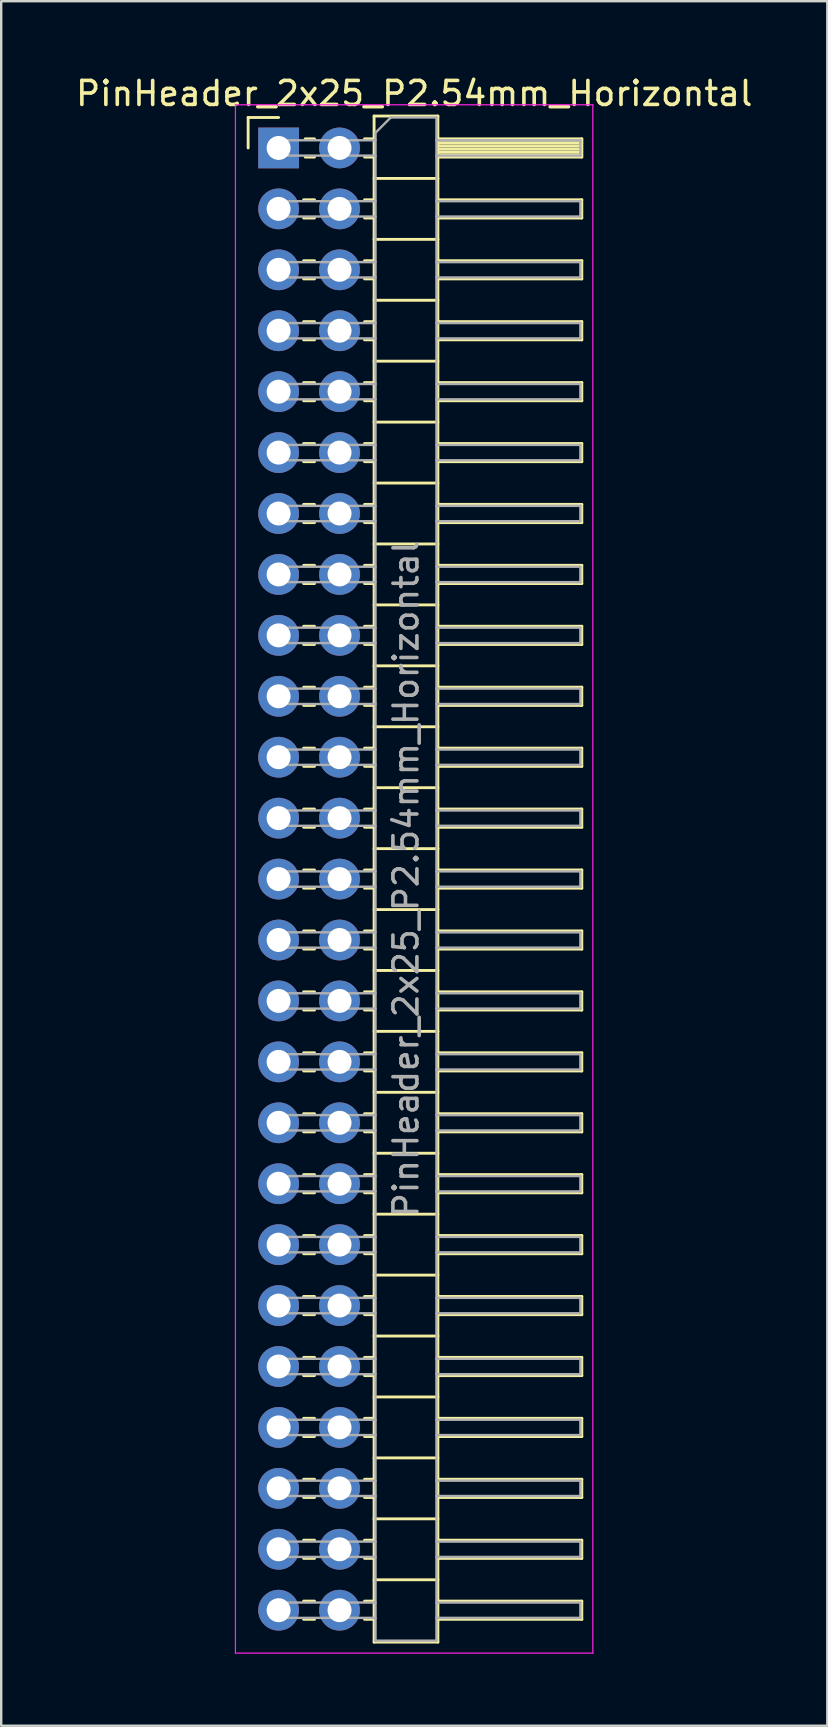
<source format=kicad_pcb>
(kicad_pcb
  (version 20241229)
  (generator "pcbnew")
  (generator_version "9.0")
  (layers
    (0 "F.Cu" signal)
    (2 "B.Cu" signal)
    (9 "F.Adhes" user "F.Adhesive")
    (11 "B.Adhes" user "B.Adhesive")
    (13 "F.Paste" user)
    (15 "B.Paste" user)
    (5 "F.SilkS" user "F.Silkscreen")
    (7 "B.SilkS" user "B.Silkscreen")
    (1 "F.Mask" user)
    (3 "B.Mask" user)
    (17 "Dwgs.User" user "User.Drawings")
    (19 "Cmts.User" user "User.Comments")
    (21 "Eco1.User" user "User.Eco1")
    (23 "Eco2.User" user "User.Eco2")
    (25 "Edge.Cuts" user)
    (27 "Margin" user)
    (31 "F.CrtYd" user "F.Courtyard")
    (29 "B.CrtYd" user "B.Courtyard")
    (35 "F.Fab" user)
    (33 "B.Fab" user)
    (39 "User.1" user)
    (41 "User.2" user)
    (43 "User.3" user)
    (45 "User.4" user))
  (footprint "PinHeader_2x25_P2.54mm_Horizontal"
    (layer "F.Cu")
    (at 8.565 3.118)
    (property "Reference" "PinHeader_2x25_P2.54mm_Horizontal" (at 5.655 -2.27 0) (layer "F.SilkS") (effects (font (size 1 1) (thickness 0.15))))
    (attr through_hole)
    (fp_line (start -1.27 -1.27) (end 0 -1.27) (stroke (width 0.12) (type solid)) (layer "F.SilkS"))
    (fp_line (start -1.27 0) (end -1.27 -1.27) (stroke (width 0.12) (type solid)) (layer "F.SilkS"))
    (fp_line (start 1.043 2.16) (end 1.497 2.16) (stroke (width 0.12) (type solid)) (layer "F.SilkS"))
    (fp_line (start 1.043 2.92) (end 1.497 2.92) (stroke (width 0.12) (type solid)) (layer "F.SilkS"))
    (fp_line (start 1.043 4.7) (end 1.497 4.7) (stroke (width 0.12) (type solid)) (layer "F.SilkS"))
    (fp_line (start 1.043 5.46) (end 1.497 5.46) (stroke (width 0.12) (type solid)) (layer "F.SilkS"))
    (fp_line (start 1.043 7.24) (end 1.497 7.24) (stroke (width 0.12) (type solid)) (layer "F.SilkS"))
    (fp_line (start 1.043 8) (end 1.497 8) (stroke (width 0.12) (type solid)) (layer "F.SilkS"))
    (fp_line (start 1.043 9.78) (end 1.497 9.78) (stroke (width 0.12) (type solid)) (layer "F.SilkS"))
    (fp_line (start 1.043 10.54) (end 1.497 10.54) (stroke (width 0.12) (type solid)) (layer "F.SilkS"))
    (fp_line (start 1.043 12.32) (end 1.497 12.32) (stroke (width 0.12) (type solid)) (layer "F.SilkS"))
    (fp_line (start 1.043 13.08) (end 1.497 13.08) (stroke (width 0.12) (type solid)) (layer "F.SilkS"))
    (fp_line (start 1.043 14.86) (end 1.497 14.86) (stroke (width 0.12) (type solid)) (layer "F.SilkS"))
    (fp_line (start 1.043 15.62) (end 1.497 15.62) (stroke (width 0.12) (type solid)) (layer "F.SilkS"))
    (fp_line (start 1.043 17.4) (end 1.497 17.4) (stroke (width 0.12) (type solid)) (layer "F.SilkS"))
    (fp_line (start 1.043 18.16) (end 1.497 18.16) (stroke (width 0.12) (type solid)) (layer "F.SilkS"))
    (fp_line (start 1.043 19.94) (end 1.497 19.94) (stroke (width 0.12) (type solid)) (layer "F.SilkS"))
    (fp_line (start 1.043 20.7) (end 1.497 20.7) (stroke (width 0.12) (type solid)) (layer "F.SilkS"))
    (fp_line (start 1.043 22.48) (end 1.497 22.48) (stroke (width 0.12) (type solid)) (layer "F.SilkS"))
    (fp_line (start 1.043 23.24) (end 1.497 23.24) (stroke (width 0.12) (type solid)) (layer "F.SilkS"))
    (fp_line (start 1.043 25.02) (end 1.497 25.02) (stroke (width 0.12) (type solid)) (layer "F.SilkS"))
    (fp_line (start 1.043 25.78) (end 1.497 25.78) (stroke (width 0.12) (type solid)) (layer "F.SilkS"))
    (fp_line (start 1.043 27.56) (end 1.497 27.56) (stroke (width 0.12) (type solid)) (layer "F.SilkS"))
    (fp_line (start 1.043 28.32) (end 1.497 28.32) (stroke (width 0.12) (type solid)) (layer "F.SilkS"))
    (fp_line (start 1.043 30.1) (end 1.497 30.1) (stroke (width 0.12) (type solid)) (layer "F.SilkS"))
    (fp_line (start 1.043 30.86) (end 1.497 30.86) (stroke (width 0.12) (type solid)) (layer "F.SilkS"))
    (fp_line (start 1.043 32.64) (end 1.497 32.64) (stroke (width 0.12) (type solid)) (layer "F.SilkS"))
    (fp_line (start 1.043 33.4) (end 1.497 33.4) (stroke (width 0.12) (type solid)) (layer "F.SilkS"))
    (fp_line (start 1.043 35.18) (end 1.497 35.18) (stroke (width 0.12) (type solid)) (layer "F.SilkS"))
    (fp_line (start 1.043 35.94) (end 1.497 35.94) (stroke (width 0.12) (type solid)) (layer "F.SilkS"))
    (fp_line (start 1.043 37.72) (end 1.497 37.72) (stroke (width 0.12) (type solid)) (layer "F.SilkS"))
    (fp_line (start 1.043 38.48) (end 1.497 38.48) (stroke (width 0.12) (type solid)) (layer "F.SilkS"))
    (fp_line (start 1.043 40.26) (end 1.497 40.26) (stroke (width 0.12) (type solid)) (layer "F.SilkS"))
    (fp_line (start 1.043 41.02) (end 1.497 41.02) (stroke (width 0.12) (type solid)) (layer "F.SilkS"))
    (fp_line (start 1.043 42.8) (end 1.497 42.8) (stroke (width 0.12) (type solid)) (layer "F.SilkS"))
    (fp_line (start 1.043 43.56) (end 1.497 43.56) (stroke (width 0.12) (type solid)) (layer "F.SilkS"))
    (fp_line (start 1.043 45.34) (end 1.497 45.34) (stroke (width 0.12) (type solid)) (layer "F.SilkS"))
    (fp_line (start 1.043 46.1) (end 1.497 46.1) (stroke (width 0.12) (type solid)) (layer "F.SilkS"))
    (fp_line (start 1.043 47.88) (end 1.497 47.88) (stroke (width 0.12) (type solid)) (layer "F.SilkS"))
    (fp_line (start 1.043 48.64) (end 1.497 48.64) (stroke (width 0.12) (type solid)) (layer "F.SilkS"))
    (fp_line (start 1.043 50.42) (end 1.497 50.42) (stroke (width 0.12) (type solid)) (layer "F.SilkS"))
    (fp_line (start 1.043 51.18) (end 1.497 51.18) (stroke (width 0.12) (type solid)) (layer "F.SilkS"))
    (fp_line (start 1.043 52.96) (end 1.497 52.96) (stroke (width 0.12) (type solid)) (layer "F.SilkS"))
    (fp_line (start 1.043 53.72) (end 1.497 53.72) (stroke (width 0.12) (type solid)) (layer "F.SilkS"))
    (fp_line (start 1.043 55.5) (end 1.497 55.5) (stroke (width 0.12) (type solid)) (layer "F.SilkS"))
    (fp_line (start 1.043 56.26) (end 1.497 56.26) (stroke (width 0.12) (type solid)) (layer "F.SilkS"))
    (fp_line (start 1.043 58.04) (end 1.497 58.04) (stroke (width 0.12) (type solid)) (layer "F.SilkS"))
    (fp_line (start 1.043 58.8) (end 1.497 58.8) (stroke (width 0.12) (type solid)) (layer "F.SilkS"))
    (fp_line (start 1.043 60.58) (end 1.497 60.58) (stroke (width 0.12) (type solid)) (layer "F.SilkS"))
    (fp_line (start 1.043 61.34) (end 1.497 61.34) (stroke (width 0.12) (type solid)) (layer "F.SilkS"))
    (fp_line (start 1.11 -0.38) (end 1.497 -0.38) (stroke (width 0.12) (type solid)) (layer "F.SilkS"))
    (fp_line (start 1.11 0.38) (end 1.497 0.38) (stroke (width 0.12) (type solid)) (layer "F.SilkS"))
    (fp_line (start 3.583 -0.38) (end 3.98 -0.38) (stroke (width 0.12) (type solid)) (layer "F.SilkS"))
    (fp_line (start 3.583 0.38) (end 3.98 0.38) (stroke (width 0.12) (type solid)) (layer "F.SilkS"))
    (fp_line (start 3.583 2.16) (end 3.98 2.16) (stroke (width 0.12) (type solid)) (layer "F.SilkS"))
    (fp_line (start 3.583 2.92) (end 3.98 2.92) (stroke (width 0.12) (type solid)) (layer "F.SilkS"))
    (fp_line (start 3.583 4.7) (end 3.98 4.7) (stroke (width 0.12) (type solid)) (layer "F.SilkS"))
    (fp_line (start 3.583 5.46) (end 3.98 5.46) (stroke (width 0.12) (type solid)) (layer "F.SilkS"))
    (fp_line (start 3.583 7.24) (end 3.98 7.24) (stroke (width 0.12) (type solid)) (layer "F.SilkS"))
    (fp_line (start 3.583 8) (end 3.98 8) (stroke (width 0.12) (type solid)) (layer "F.SilkS"))
    (fp_line (start 3.583 9.78) (end 3.98 9.78) (stroke (width 0.12) (type solid)) (layer "F.SilkS"))
    (fp_line (start 3.583 10.54) (end 3.98 10.54) (stroke (width 0.12) (type solid)) (layer "F.SilkS"))
    (fp_line (start 3.583 12.32) (end 3.98 12.32) (stroke (width 0.12) (type solid)) (layer "F.SilkS"))
    (fp_line (start 3.583 13.08) (end 3.98 13.08) (stroke (width 0.12) (type solid)) (layer "F.SilkS"))
    (fp_line (start 3.583 14.86) (end 3.98 14.86) (stroke (width 0.12) (type solid)) (layer "F.SilkS"))
    (fp_line (start 3.583 15.62) (end 3.98 15.62) (stroke (width 0.12) (type solid)) (layer "F.SilkS"))
    (fp_line (start 3.583 17.4) (end 3.98 17.4) (stroke (width 0.12) (type solid)) (layer "F.SilkS"))
    (fp_line (start 3.583 18.16) (end 3.98 18.16) (stroke (width 0.12) (type solid)) (layer "F.SilkS"))
    (fp_line (start 3.583 19.94) (end 3.98 19.94) (stroke (width 0.12) (type solid)) (layer "F.SilkS"))
    (fp_line (start 3.583 20.7) (end 3.98 20.7) (stroke (width 0.12) (type solid)) (layer "F.SilkS"))
    (fp_line (start 3.583 22.48) (end 3.98 22.48) (stroke (width 0.12) (type solid)) (layer "F.SilkS"))
    (fp_line (start 3.583 23.24) (end 3.98 23.24) (stroke (width 0.12) (type solid)) (layer "F.SilkS"))
    (fp_line (start 3.583 25.02) (end 3.98 25.02) (stroke (width 0.12) (type solid)) (layer "F.SilkS"))
    (fp_line (start 3.583 25.78) (end 3.98 25.78) (stroke (width 0.12) (type solid)) (layer "F.SilkS"))
    (fp_line (start 3.583 27.56) (end 3.98 27.56) (stroke (width 0.12) (type solid)) (layer "F.SilkS"))
    (fp_line (start 3.583 28.32) (end 3.98 28.32) (stroke (width 0.12) (type solid)) (layer "F.SilkS"))
    (fp_line (start 3.583 30.1) (end 3.98 30.1) (stroke (width 0.12) (type solid)) (layer "F.SilkS"))
    (fp_line (start 3.583 30.86) (end 3.98 30.86) (stroke (width 0.12) (type solid)) (layer "F.SilkS"))
    (fp_line (start 3.583 32.64) (end 3.98 32.64) (stroke (width 0.12) (type solid)) (layer "F.SilkS"))
    (fp_line (start 3.583 33.4) (end 3.98 33.4) (stroke (width 0.12) (type solid)) (layer "F.SilkS"))
    (fp_line (start 3.583 35.18) (end 3.98 35.18) (stroke (width 0.12) (type solid)) (layer "F.SilkS"))
    (fp_line (start 3.583 35.94) (end 3.98 35.94) (stroke (width 0.12) (type solid)) (layer "F.SilkS"))
    (fp_line (start 3.583 37.72) (end 3.98 37.72) (stroke (width 0.12) (type solid)) (layer "F.SilkS"))
    (fp_line (start 3.583 38.48) (end 3.98 38.48) (stroke (width 0.12) (type solid)) (layer "F.SilkS"))
    (fp_line (start 3.583 40.26) (end 3.98 40.26) (stroke (width 0.12) (type solid)) (layer "F.SilkS"))
    (fp_line (start 3.583 41.02) (end 3.98 41.02) (stroke (width 0.12) (type solid)) (layer "F.SilkS"))
    (fp_line (start 3.583 42.8) (end 3.98 42.8) (stroke (width 0.12) (type solid)) (layer "F.SilkS"))
    (fp_line (start 3.583 43.56) (end 3.98 43.56) (stroke (width 0.12) (type solid)) (layer "F.SilkS"))
    (fp_line (start 3.583 45.34) (end 3.98 45.34) (stroke (width 0.12) (type solid)) (layer "F.SilkS"))
    (fp_line (start 3.583 46.1) (end 3.98 46.1) (stroke (width 0.12) (type solid)) (layer "F.SilkS"))
    (fp_line (start 3.583 47.88) (end 3.98 47.88) (stroke (width 0.12) (type solid)) (layer "F.SilkS"))
    (fp_line (start 3.583 48.64) (end 3.98 48.64) (stroke (width 0.12) (type solid)) (layer "F.SilkS"))
    (fp_line (start 3.583 50.42) (end 3.98 50.42) (stroke (width 0.12) (type solid)) (layer "F.SilkS"))
    (fp_line (start 3.583 51.18) (end 3.98 51.18) (stroke (width 0.12) (type solid)) (layer "F.SilkS"))
    (fp_line (start 3.583 52.96) (end 3.98 52.96) (stroke (width 0.12) (type solid)) (layer "F.SilkS"))
    (fp_line (start 3.583 53.72) (end 3.98 53.72) (stroke (width 0.12) (type solid)) (layer "F.SilkS"))
    (fp_line (start 3.583 55.5) (end 3.98 55.5) (stroke (width 0.12) (type solid)) (layer "F.SilkS"))
    (fp_line (start 3.583 56.26) (end 3.98 56.26) (stroke (width 0.12) (type solid)) (layer "F.SilkS"))
    (fp_line (start 3.583 58.04) (end 3.98 58.04) (stroke (width 0.12) (type solid)) (layer "F.SilkS"))
    (fp_line (start 3.583 58.8) (end 3.98 58.8) (stroke (width 0.12) (type solid)) (layer "F.SilkS"))
    (fp_line (start 3.583 60.58) (end 3.98 60.58) (stroke (width 0.12) (type solid)) (layer "F.SilkS"))
    (fp_line (start 3.583 61.34) (end 3.98 61.34) (stroke (width 0.12) (type solid)) (layer "F.SilkS"))
    (fp_line (start 3.98 -1.33) (end 3.98 62.29) (stroke (width 0.12) (type solid)) (layer "F.SilkS"))
    (fp_line (start 3.98 1.27) (end 6.64 1.27) (stroke (width 0.12) (type solid)) (layer "F.SilkS"))
    (fp_line (start 3.98 3.81) (end 6.64 3.81) (stroke (width 0.12) (type solid)) (layer "F.SilkS"))
    (fp_line (start 3.98 6.35) (end 6.64 6.35) (stroke (width 0.12) (type solid)) (layer "F.SilkS"))
    (fp_line (start 3.98 8.89) (end 6.64 8.89) (stroke (width 0.12) (type solid)) (layer "F.SilkS"))
    (fp_line (start 3.98 11.43) (end 6.64 11.43) (stroke (width 0.12) (type solid)) (layer "F.SilkS"))
    (fp_line (start 3.98 13.97) (end 6.64 13.97) (stroke (width 0.12) (type solid)) (layer "F.SilkS"))
    (fp_line (start 3.98 16.51) (end 6.64 16.51) (stroke (width 0.12) (type solid)) (layer "F.SilkS"))
    (fp_line (start 3.98 19.05) (end 6.64 19.05) (stroke (width 0.12) (type solid)) (layer "F.SilkS"))
    (fp_line (start 3.98 21.59) (end 6.64 21.59) (stroke (width 0.12) (type solid)) (layer "F.SilkS"))
    (fp_line (start 3.98 24.13) (end 6.64 24.13) (stroke (width 0.12) (type solid)) (layer "F.SilkS"))
    (fp_line (start 3.98 26.67) (end 6.64 26.67) (stroke (width 0.12) (type solid)) (layer "F.SilkS"))
    (fp_line (start 3.98 29.21) (end 6.64 29.21) (stroke (width 0.12) (type solid)) (layer "F.SilkS"))
    (fp_line (start 3.98 31.75) (end 6.64 31.75) (stroke (width 0.12) (type solid)) (layer "F.SilkS"))
    (fp_line (start 3.98 34.29) (end 6.64 34.29) (stroke (width 0.12) (type solid)) (layer "F.SilkS"))
    (fp_line (start 3.98 36.83) (end 6.64 36.83) (stroke (width 0.12) (type solid)) (layer "F.SilkS"))
    (fp_line (start 3.98 39.37) (end 6.64 39.37) (stroke (width 0.12) (type solid)) (layer "F.SilkS"))
    (fp_line (start 3.98 41.91) (end 6.64 41.91) (stroke (width 0.12) (type solid)) (layer "F.SilkS"))
    (fp_line (start 3.98 44.45) (end 6.64 44.45) (stroke (width 0.12) (type solid)) (layer "F.SilkS"))
    (fp_line (start 3.98 46.99) (end 6.64 46.99) (stroke (width 0.12) (type solid)) (layer "F.SilkS"))
    (fp_line (start 3.98 49.53) (end 6.64 49.53) (stroke (width 0.12) (type solid)) (layer "F.SilkS"))
    (fp_line (start 3.98 52.07) (end 6.64 52.07) (stroke (width 0.12) (type solid)) (layer "F.SilkS"))
    (fp_line (start 3.98 54.61) (end 6.64 54.61) (stroke (width 0.12) (type solid)) (layer "F.SilkS"))
    (fp_line (start 3.98 57.15) (end 6.64 57.15) (stroke (width 0.12) (type solid)) (layer "F.SilkS"))
    (fp_line (start 3.98 59.69) (end 6.64 59.69) (stroke (width 0.12) (type solid)) (layer "F.SilkS"))
    (fp_line (start 3.98 62.29) (end 6.64 62.29) (stroke (width 0.12) (type solid)) (layer "F.SilkS"))
    (fp_line (start 6.64 -1.33) (end 3.98 -1.33) (stroke (width 0.12) (type solid)) (layer "F.SilkS"))
    (fp_line (start 6.64 -0.38) (end 12.64 -0.38) (stroke (width 0.12) (type solid)) (layer "F.SilkS"))
    (fp_line (start 6.64 -0.32) (end 12.64 -0.32) (stroke (width 0.12) (type solid)) (layer "F.SilkS"))
    (fp_line (start 6.64 -0.2) (end 12.64 -0.2) (stroke (width 0.12) (type solid)) (layer "F.SilkS"))
    (fp_line (start 6.64 -0.08) (end 12.64 -0.08) (stroke (width 0.12) (type solid)) (layer "F.SilkS"))
    (fp_line (start 6.64 0.04) (end 12.64 0.04) (stroke (width 0.12) (type solid)) (layer "F.SilkS"))
    (fp_line (start 6.64 0.16) (end 12.64 0.16) (stroke (width 0.12) (type solid)) (layer "F.SilkS"))
    (fp_line (start 6.64 0.28) (end 12.64 0.28) (stroke (width 0.12) (type solid)) (layer "F.SilkS"))
    (fp_line (start 6.64 2.16) (end 12.64 2.16) (stroke (width 0.12) (type solid)) (layer "F.SilkS"))
    (fp_line (start 6.64 4.7) (end 12.64 4.7) (stroke (width 0.12) (type solid)) (layer "F.SilkS"))
    (fp_line (start 6.64 7.24) (end 12.64 7.24) (stroke (width 0.12) (type solid)) (layer "F.SilkS"))
    (fp_line (start 6.64 9.78) (end 12.64 9.78) (stroke (width 0.12) (type solid)) (layer "F.SilkS"))
    (fp_line (start 6.64 12.32) (end 12.64 12.32) (stroke (width 0.12) (type solid)) (layer "F.SilkS"))
    (fp_line (start 6.64 14.86) (end 12.64 14.86) (stroke (width 0.12) (type solid)) (layer "F.SilkS"))
    (fp_line (start 6.64 17.4) (end 12.64 17.4) (stroke (width 0.12) (type solid)) (layer "F.SilkS"))
    (fp_line (start 6.64 19.94) (end 12.64 19.94) (stroke (width 0.12) (type solid)) (layer "F.SilkS"))
    (fp_line (start 6.64 22.48) (end 12.64 22.48) (stroke (width 0.12) (type solid)) (layer "F.SilkS"))
    (fp_line (start 6.64 25.02) (end 12.64 25.02) (stroke (width 0.12) (type solid)) (layer "F.SilkS"))
    (fp_line (start 6.64 27.56) (end 12.64 27.56) (stroke (width 0.12) (type solid)) (layer "F.SilkS"))
    (fp_line (start 6.64 30.1) (end 12.64 30.1) (stroke (width 0.12) (type solid)) (layer "F.SilkS"))
    (fp_line (start 6.64 32.64) (end 12.64 32.64) (stroke (width 0.12) (type solid)) (layer "F.SilkS"))
    (fp_line (start 6.64 35.18) (end 12.64 35.18) (stroke (width 0.12) (type solid)) (layer "F.SilkS"))
    (fp_line (start 6.64 37.72) (end 12.64 37.72) (stroke (width 0.12) (type solid)) (layer "F.SilkS"))
    (fp_line (start 6.64 40.26) (end 12.64 40.26) (stroke (width 0.12) (type solid)) (layer "F.SilkS"))
    (fp_line (start 6.64 42.8) (end 12.64 42.8) (stroke (width 0.12) (type solid)) (layer "F.SilkS"))
    (fp_line (start 6.64 45.34) (end 12.64 45.34) (stroke (width 0.12) (type solid)) (layer "F.SilkS"))
    (fp_line (start 6.64 47.88) (end 12.64 47.88) (stroke (width 0.12) (type solid)) (layer "F.SilkS"))
    (fp_line (start 6.64 50.42) (end 12.64 50.42) (stroke (width 0.12) (type solid)) (layer "F.SilkS"))
    (fp_line (start 6.64 52.96) (end 12.64 52.96) (stroke (width 0.12) (type solid)) (layer "F.SilkS"))
    (fp_line (start 6.64 55.5) (end 12.64 55.5) (stroke (width 0.12) (type solid)) (layer "F.SilkS"))
    (fp_line (start 6.64 58.04) (end 12.64 58.04) (stroke (width 0.12) (type solid)) (layer "F.SilkS"))
    (fp_line (start 6.64 60.58) (end 12.64 60.58) (stroke (width 0.12) (type solid)) (layer "F.SilkS"))
    (fp_line (start 6.64 62.29) (end 6.64 -1.33) (stroke (width 0.12) (type solid)) (layer "F.SilkS"))
    (fp_line (start 12.64 -0.38) (end 12.64 0.38) (stroke (width 0.12) (type solid)) (layer "F.SilkS"))
    (fp_line (start 12.64 0.38) (end 6.64 0.38) (stroke (width 0.12) (type solid)) (layer "F.SilkS"))
    (fp_line (start 12.64 2.16) (end 12.64 2.92) (stroke (width 0.12) (type solid)) (layer "F.SilkS"))
    (fp_line (start 12.64 2.92) (end 6.64 2.92) (stroke (width 0.12) (type solid)) (layer "F.SilkS"))
    (fp_line (start 12.64 4.7) (end 12.64 5.46) (stroke (width 0.12) (type solid)) (layer "F.SilkS"))
    (fp_line (start 12.64 5.46) (end 6.64 5.46) (stroke (width 0.12) (type solid)) (layer "F.SilkS"))
    (fp_line (start 12.64 7.24) (end 12.64 8) (stroke (width 0.12) (type solid)) (layer "F.SilkS"))
    (fp_line (start 12.64 8) (end 6.64 8) (stroke (width 0.12) (type solid)) (layer "F.SilkS"))
    (fp_line (start 12.64 9.78) (end 12.64 10.54) (stroke (width 0.12) (type solid)) (layer "F.SilkS"))
    (fp_line (start 12.64 10.54) (end 6.64 10.54) (stroke (width 0.12) (type solid)) (layer "F.SilkS"))
    (fp_line (start 12.64 12.32) (end 12.64 13.08) (stroke (width 0.12) (type solid)) (layer "F.SilkS"))
    (fp_line (start 12.64 13.08) (end 6.64 13.08) (stroke (width 0.12) (type solid)) (layer "F.SilkS"))
    (fp_line (start 12.64 14.86) (end 12.64 15.62) (stroke (width 0.12) (type solid)) (layer "F.SilkS"))
    (fp_line (start 12.64 15.62) (end 6.64 15.62) (stroke (width 0.12) (type solid)) (layer "F.SilkS"))
    (fp_line (start 12.64 17.4) (end 12.64 18.16) (stroke (width 0.12) (type solid)) (layer "F.SilkS"))
    (fp_line (start 12.64 18.16) (end 6.64 18.16) (stroke (width 0.12) (type solid)) (layer "F.SilkS"))
    (fp_line (start 12.64 19.94) (end 12.64 20.7) (stroke (width 0.12) (type solid)) (layer "F.SilkS"))
    (fp_line (start 12.64 20.7) (end 6.64 20.7) (stroke (width 0.12) (type solid)) (layer "F.SilkS"))
    (fp_line (start 12.64 22.48) (end 12.64 23.24) (stroke (width 0.12) (type solid)) (layer "F.SilkS"))
    (fp_line (start 12.64 23.24) (end 6.64 23.24) (stroke (width 0.12) (type solid)) (layer "F.SilkS"))
    (fp_line (start 12.64 25.02) (end 12.64 25.78) (stroke (width 0.12) (type solid)) (layer "F.SilkS"))
    (fp_line (start 12.64 25.78) (end 6.64 25.78) (stroke (width 0.12) (type solid)) (layer "F.SilkS"))
    (fp_line (start 12.64 27.56) (end 12.64 28.32) (stroke (width 0.12) (type solid)) (layer "F.SilkS"))
    (fp_line (start 12.64 28.32) (end 6.64 28.32) (stroke (width 0.12) (type solid)) (layer "F.SilkS"))
    (fp_line (start 12.64 30.1) (end 12.64 30.86) (stroke (width 0.12) (type solid)) (layer "F.SilkS"))
    (fp_line (start 12.64 30.86) (end 6.64 30.86) (stroke (width 0.12) (type solid)) (layer "F.SilkS"))
    (fp_line (start 12.64 32.64) (end 12.64 33.4) (stroke (width 0.12) (type solid)) (layer "F.SilkS"))
    (fp_line (start 12.64 33.4) (end 6.64 33.4) (stroke (width 0.12) (type solid)) (layer "F.SilkS"))
    (fp_line (start 12.64 35.18) (end 12.64 35.94) (stroke (width 0.12) (type solid)) (layer "F.SilkS"))
    (fp_line (start 12.64 35.94) (end 6.64 35.94) (stroke (width 0.12) (type solid)) (layer "F.SilkS"))
    (fp_line (start 12.64 37.72) (end 12.64 38.48) (stroke (width 0.12) (type solid)) (layer "F.SilkS"))
    (fp_line (start 12.64 38.48) (end 6.64 38.48) (stroke (width 0.12) (type solid)) (layer "F.SilkS"))
    (fp_line (start 12.64 40.26) (end 12.64 41.02) (stroke (width 0.12) (type solid)) (layer "F.SilkS"))
    (fp_line (start 12.64 41.02) (end 6.64 41.02) (stroke (width 0.12) (type solid)) (layer "F.SilkS"))
    (fp_line (start 12.64 42.8) (end 12.64 43.56) (stroke (width 0.12) (type solid)) (layer "F.SilkS"))
    (fp_line (start 12.64 43.56) (end 6.64 43.56) (stroke (width 0.12) (type solid)) (layer "F.SilkS"))
    (fp_line (start 12.64 45.34) (end 12.64 46.1) (stroke (width 0.12) (type solid)) (layer "F.SilkS"))
    (fp_line (start 12.64 46.1) (end 6.64 46.1) (stroke (width 0.12) (type solid)) (layer "F.SilkS"))
    (fp_line (start 12.64 47.88) (end 12.64 48.64) (stroke (width 0.12) (type solid)) (layer "F.SilkS"))
    (fp_line (start 12.64 48.64) (end 6.64 48.64) (stroke (width 0.12) (type solid)) (layer "F.SilkS"))
    (fp_line (start 12.64 50.42) (end 12.64 51.18) (stroke (width 0.12) (type solid)) (layer "F.SilkS"))
    (fp_line (start 12.64 51.18) (end 6.64 51.18) (stroke (width 0.12) (type solid)) (layer "F.SilkS"))
    (fp_line (start 12.64 52.96) (end 12.64 53.72) (stroke (width 0.12) (type solid)) (layer "F.SilkS"))
    (fp_line (start 12.64 53.72) (end 6.64 53.72) (stroke (width 0.12) (type solid)) (layer "F.SilkS"))
    (fp_line (start 12.64 55.5) (end 12.64 56.26) (stroke (width 0.12) (type solid)) (layer "F.SilkS"))
    (fp_line (start 12.64 56.26) (end 6.64 56.26) (stroke (width 0.12) (type solid)) (layer "F.SilkS"))
    (fp_line (start 12.64 58.04) (end 12.64 58.8) (stroke (width 0.12) (type solid)) (layer "F.SilkS"))
    (fp_line (start 12.64 58.8) (end 6.64 58.8) (stroke (width 0.12) (type solid)) (layer "F.SilkS"))
    (fp_line (start 12.64 60.58) (end 12.64 61.34) (stroke (width 0.12) (type solid)) (layer "F.SilkS"))
    (fp_line (start 12.64 61.34) (end 6.64 61.34) (stroke (width 0.12) (type solid)) (layer "F.SilkS"))
    (fp_line (start -1.8 -1.8) (end -1.8 62.75) (stroke (width 0.05) (type solid)) (layer "F.CrtYd"))
    (fp_line (start -1.8 62.75) (end 13.1 62.75) (stroke (width 0.05) (type solid)) (layer "F.CrtYd"))
    (fp_line (start 13.1 -1.8) (end -1.8 -1.8) (stroke (width 0.05) (type solid)) (layer "F.CrtYd"))
    (fp_line (start 13.1 62.75) (end 13.1 -1.8) (stroke (width 0.05) (type solid)) (layer "F.CrtYd"))
    (fp_line (start -0.32 -0.32) (end -0.32 0.32) (stroke (width 0.1) (type solid)) (layer "F.Fab"))
    (fp_line (start -0.32 -0.32) (end 4.04 -0.32) (stroke (width 0.1) (type solid)) (layer "F.Fab"))
    (fp_line (start -0.32 0.32) (end 4.04 0.32) (stroke (width 0.1) (type solid)) (layer "F.Fab"))
    (fp_line (start -0.32 2.22) (end -0.32 2.86) (stroke (width 0.1) (type solid)) (layer "F.Fab"))
    (fp_line (start -0.32 2.22) (end 4.04 2.22) (stroke (width 0.1) (type solid)) (layer "F.Fab"))
    (fp_line (start -0.32 2.86) (end 4.04 2.86) (stroke (width 0.1) (type solid)) (layer "F.Fab"))
    (fp_line (start -0.32 4.76) (end -0.32 5.4) (stroke (width 0.1) (type solid)) (layer "F.Fab"))
    (fp_line (start -0.32 4.76) (end 4.04 4.76) (stroke (width 0.1) (type solid)) (layer "F.Fab"))
    (fp_line (start -0.32 5.4) (end 4.04 5.4) (stroke (width 0.1) (type solid)) (layer "F.Fab"))
    (fp_line (start -0.32 7.3) (end -0.32 7.94) (stroke (width 0.1) (type solid)) (layer "F.Fab"))
    (fp_line (start -0.32 7.3) (end 4.04 7.3) (stroke (width 0.1) (type solid)) (layer "F.Fab"))
    (fp_line (start -0.32 7.94) (end 4.04 7.94) (stroke (width 0.1) (type solid)) (layer "F.Fab"))
    (fp_line (start -0.32 9.84) (end -0.32 10.48) (stroke (width 0.1) (type solid)) (layer "F.Fab"))
    (fp_line (start -0.32 9.84) (end 4.04 9.84) (stroke (width 0.1) (type solid)) (layer "F.Fab"))
    (fp_line (start -0.32 10.48) (end 4.04 10.48) (stroke (width 0.1) (type solid)) (layer "F.Fab"))
    (fp_line (start -0.32 12.38) (end -0.32 13.02) (stroke (width 0.1) (type solid)) (layer "F.Fab"))
    (fp_line (start -0.32 12.38) (end 4.04 12.38) (stroke (width 0.1) (type solid)) (layer "F.Fab"))
    (fp_line (start -0.32 13.02) (end 4.04 13.02) (stroke (width 0.1) (type solid)) (layer "F.Fab"))
    (fp_line (start -0.32 14.92) (end -0.32 15.56) (stroke (width 0.1) (type solid)) (layer "F.Fab"))
    (fp_line (start -0.32 14.92) (end 4.04 14.92) (stroke (width 0.1) (type solid)) (layer "F.Fab"))
    (fp_line (start -0.32 15.56) (end 4.04 15.56) (stroke (width 0.1) (type solid)) (layer "F.Fab"))
    (fp_line (start -0.32 17.46) (end -0.32 18.1) (stroke (width 0.1) (type solid)) (layer "F.Fab"))
    (fp_line (start -0.32 17.46) (end 4.04 17.46) (stroke (width 0.1) (type solid)) (layer "F.Fab"))
    (fp_line (start -0.32 18.1) (end 4.04 18.1) (stroke (width 0.1) (type solid)) (layer "F.Fab"))
    (fp_line (start -0.32 20) (end -0.32 20.64) (stroke (width 0.1) (type solid)) (layer "F.Fab"))
    (fp_line (start -0.32 20) (end 4.04 20) (stroke (width 0.1) (type solid)) (layer "F.Fab"))
    (fp_line (start -0.32 20.64) (end 4.04 20.64) (stroke (width 0.1) (type solid)) (layer "F.Fab"))
    (fp_line (start -0.32 22.54) (end -0.32 23.18) (stroke (width 0.1) (type solid)) (layer "F.Fab"))
    (fp_line (start -0.32 22.54) (end 4.04 22.54) (stroke (width 0.1) (type solid)) (layer "F.Fab"))
    (fp_line (start -0.32 23.18) (end 4.04 23.18) (stroke (width 0.1) (type solid)) (layer "F.Fab"))
    (fp_line (start -0.32 25.08) (end -0.32 25.72) (stroke (width 0.1) (type solid)) (layer "F.Fab"))
    (fp_line (start -0.32 25.08) (end 4.04 25.08) (stroke (width 0.1) (type solid)) (layer "F.Fab"))
    (fp_line (start -0.32 25.72) (end 4.04 25.72) (stroke (width 0.1) (type solid)) (layer "F.Fab"))
    (fp_line (start -0.32 27.62) (end -0.32 28.26) (stroke (width 0.1) (type solid)) (layer "F.Fab"))
    (fp_line (start -0.32 27.62) (end 4.04 27.62) (stroke (width 0.1) (type solid)) (layer "F.Fab"))
    (fp_line (start -0.32 28.26) (end 4.04 28.26) (stroke (width 0.1) (type solid)) (layer "F.Fab"))
    (fp_line (start -0.32 30.16) (end -0.32 30.8) (stroke (width 0.1) (type solid)) (layer "F.Fab"))
    (fp_line (start -0.32 30.16) (end 4.04 30.16) (stroke (width 0.1) (type solid)) (layer "F.Fab"))
    (fp_line (start -0.32 30.8) (end 4.04 30.8) (stroke (width 0.1) (type solid)) (layer "F.Fab"))
    (fp_line (start -0.32 32.7) (end -0.32 33.34) (stroke (width 0.1) (type solid)) (layer "F.Fab"))
    (fp_line (start -0.32 32.7) (end 4.04 32.7) (stroke (width 0.1) (type solid)) (layer "F.Fab"))
    (fp_line (start -0.32 33.34) (end 4.04 33.34) (stroke (width 0.1) (type solid)) (layer "F.Fab"))
    (fp_line (start -0.32 35.24) (end -0.32 35.88) (stroke (width 0.1) (type solid)) (layer "F.Fab"))
    (fp_line (start -0.32 35.24) (end 4.04 35.24) (stroke (width 0.1) (type solid)) (layer "F.Fab"))
    (fp_line (start -0.32 35.88) (end 4.04 35.88) (stroke (width 0.1) (type solid)) (layer "F.Fab"))
    (fp_line (start -0.32 37.78) (end -0.32 38.42) (stroke (width 0.1) (type solid)) (layer "F.Fab"))
    (fp_line (start -0.32 37.78) (end 4.04 37.78) (stroke (width 0.1) (type solid)) (layer "F.Fab"))
    (fp_line (start -0.32 38.42) (end 4.04 38.42) (stroke (width 0.1) (type solid)) (layer "F.Fab"))
    (fp_line (start -0.32 40.32) (end -0.32 40.96) (stroke (width 0.1) (type solid)) (layer "F.Fab"))
    (fp_line (start -0.32 40.32) (end 4.04 40.32) (stroke (width 0.1) (type solid)) (layer "F.Fab"))
    (fp_line (start -0.32 40.96) (end 4.04 40.96) (stroke (width 0.1) (type solid)) (layer "F.Fab"))
    (fp_line (start -0.32 42.86) (end -0.32 43.5) (stroke (width 0.1) (type solid)) (layer "F.Fab"))
    (fp_line (start -0.32 42.86) (end 4.04 42.86) (stroke (width 0.1) (type solid)) (layer "F.Fab"))
    (fp_line (start -0.32 43.5) (end 4.04 43.5) (stroke (width 0.1) (type solid)) (layer "F.Fab"))
    (fp_line (start -0.32 45.4) (end -0.32 46.04) (stroke (width 0.1) (type solid)) (layer "F.Fab"))
    (fp_line (start -0.32 45.4) (end 4.04 45.4) (stroke (width 0.1) (type solid)) (layer "F.Fab"))
    (fp_line (start -0.32 46.04) (end 4.04 46.04) (stroke (width 0.1) (type solid)) (layer "F.Fab"))
    (fp_line (start -0.32 47.94) (end -0.32 48.58) (stroke (width 0.1) (type solid)) (layer "F.Fab"))
    (fp_line (start -0.32 47.94) (end 4.04 47.94) (stroke (width 0.1) (type solid)) (layer "F.Fab"))
    (fp_line (start -0.32 48.58) (end 4.04 48.58) (stroke (width 0.1) (type solid)) (layer "F.Fab"))
    (fp_line (start -0.32 50.48) (end -0.32 51.12) (stroke (width 0.1) (type solid)) (layer "F.Fab"))
    (fp_line (start -0.32 50.48) (end 4.04 50.48) (stroke (width 0.1) (type solid)) (layer "F.Fab"))
    (fp_line (start -0.32 51.12) (end 4.04 51.12) (stroke (width 0.1) (type solid)) (layer "F.Fab"))
    (fp_line (start -0.32 53.02) (end -0.32 53.66) (stroke (width 0.1) (type solid)) (layer "F.Fab"))
    (fp_line (start -0.32 53.02) (end 4.04 53.02) (stroke (width 0.1) (type solid)) (layer "F.Fab"))
    (fp_line (start -0.32 53.66) (end 4.04 53.66) (stroke (width 0.1) (type solid)) (layer "F.Fab"))
    (fp_line (start -0.32 55.56) (end -0.32 56.2) (stroke (width 0.1) (type solid)) (layer "F.Fab"))
    (fp_line (start -0.32 55.56) (end 4.04 55.56) (stroke (width 0.1) (type solid)) (layer "F.Fab"))
    (fp_line (start -0.32 56.2) (end 4.04 56.2) (stroke (width 0.1) (type solid)) (layer "F.Fab"))
    (fp_line (start -0.32 58.1) (end -0.32 58.74) (stroke (width 0.1) (type solid)) (layer "F.Fab"))
    (fp_line (start -0.32 58.1) (end 4.04 58.1) (stroke (width 0.1) (type solid)) (layer "F.Fab"))
    (fp_line (start -0.32 58.74) (end 4.04 58.74) (stroke (width 0.1) (type solid)) (layer "F.Fab"))
    (fp_line (start -0.32 60.64) (end -0.32 61.28) (stroke (width 0.1) (type solid)) (layer "F.Fab"))
    (fp_line (start -0.32 60.64) (end 4.04 60.64) (stroke (width 0.1) (type solid)) (layer "F.Fab"))
    (fp_line (start -0.32 61.28) (end 4.04 61.28) (stroke (width 0.1) (type solid)) (layer "F.Fab"))
    (fp_line (start 4.04 -0.635) (end 4.675 -1.27) (stroke (width 0.1) (type solid)) (layer "F.Fab"))
    (fp_line (start 4.04 62.23) (end 4.04 -0.635) (stroke (width 0.1) (type solid)) (layer "F.Fab"))
    (fp_line (start 4.675 -1.27) (end 6.58 -1.27) (stroke (width 0.1) (type solid)) (layer "F.Fab"))
    (fp_line (start 6.58 -1.27) (end 6.58 62.23) (stroke (width 0.1) (type solid)) (layer "F.Fab"))
    (fp_line (start 6.58 -0.32) (end 12.58 -0.32) (stroke (width 0.1) (type solid)) (layer "F.Fab"))
    (fp_line (start 6.58 0.32) (end 12.58 0.32) (stroke (width 0.1) (type solid)) (layer "F.Fab"))
    (fp_line (start 6.58 2.22) (end 12.58 2.22) (stroke (width 0.1) (type solid)) (layer "F.Fab"))
    (fp_line (start 6.58 2.86) (end 12.58 2.86) (stroke (width 0.1) (type solid)) (layer "F.Fab"))
    (fp_line (start 6.58 4.76) (end 12.58 4.76) (stroke (width 0.1) (type solid)) (layer "F.Fab"))
    (fp_line (start 6.58 5.4) (end 12.58 5.4) (stroke (width 0.1) (type solid)) (layer "F.Fab"))
    (fp_line (start 6.58 7.3) (end 12.58 7.3) (stroke (width 0.1) (type solid)) (layer "F.Fab"))
    (fp_line (start 6.58 7.94) (end 12.58 7.94) (stroke (width 0.1) (type solid)) (layer "F.Fab"))
    (fp_line (start 6.58 9.84) (end 12.58 9.84) (stroke (width 0.1) (type solid)) (layer "F.Fab"))
    (fp_line (start 6.58 10.48) (end 12.58 10.48) (stroke (width 0.1) (type solid)) (layer "F.Fab"))
    (fp_line (start 6.58 12.38) (end 12.58 12.38) (stroke (width 0.1) (type solid)) (layer "F.Fab"))
    (fp_line (start 6.58 13.02) (end 12.58 13.02) (stroke (width 0.1) (type solid)) (layer "F.Fab"))
    (fp_line (start 6.58 14.92) (end 12.58 14.92) (stroke (width 0.1) (type solid)) (layer "F.Fab"))
    (fp_line (start 6.58 15.56) (end 12.58 15.56) (stroke (width 0.1) (type solid)) (layer "F.Fab"))
    (fp_line (start 6.58 17.46) (end 12.58 17.46) (stroke (width 0.1) (type solid)) (layer "F.Fab"))
    (fp_line (start 6.58 18.1) (end 12.58 18.1) (stroke (width 0.1) (type solid)) (layer "F.Fab"))
    (fp_line (start 6.58 20) (end 12.58 20) (stroke (width 0.1) (type solid)) (layer "F.Fab"))
    (fp_line (start 6.58 20.64) (end 12.58 20.64) (stroke (width 0.1) (type solid)) (layer "F.Fab"))
    (fp_line (start 6.58 22.54) (end 12.58 22.54) (stroke (width 0.1) (type solid)) (layer "F.Fab"))
    (fp_line (start 6.58 23.18) (end 12.58 23.18) (stroke (width 0.1) (type solid)) (layer "F.Fab"))
    (fp_line (start 6.58 25.08) (end 12.58 25.08) (stroke (width 0.1) (type solid)) (layer "F.Fab"))
    (fp_line (start 6.58 25.72) (end 12.58 25.72) (stroke (width 0.1) (type solid)) (layer "F.Fab"))
    (fp_line (start 6.58 27.62) (end 12.58 27.62) (stroke (width 0.1) (type solid)) (layer "F.Fab"))
    (fp_line (start 6.58 28.26) (end 12.58 28.26) (stroke (width 0.1) (type solid)) (layer "F.Fab"))
    (fp_line (start 6.58 30.16) (end 12.58 30.16) (stroke (width 0.1) (type solid)) (layer "F.Fab"))
    (fp_line (start 6.58 30.8) (end 12.58 30.8) (stroke (width 0.1) (type solid)) (layer "F.Fab"))
    (fp_line (start 6.58 32.7) (end 12.58 32.7) (stroke (width 0.1) (type solid)) (layer "F.Fab"))
    (fp_line (start 6.58 33.34) (end 12.58 33.34) (stroke (width 0.1) (type solid)) (layer "F.Fab"))
    (fp_line (start 6.58 35.24) (end 12.58 35.24) (stroke (width 0.1) (type solid)) (layer "F.Fab"))
    (fp_line (start 6.58 35.88) (end 12.58 35.88) (stroke (width 0.1) (type solid)) (layer "F.Fab"))
    (fp_line (start 6.58 37.78) (end 12.58 37.78) (stroke (width 0.1) (type solid)) (layer "F.Fab"))
    (fp_line (start 6.58 38.42) (end 12.58 38.42) (stroke (width 0.1) (type solid)) (layer "F.Fab"))
    (fp_line (start 6.58 40.32) (end 12.58 40.32) (stroke (width 0.1) (type solid)) (layer "F.Fab"))
    (fp_line (start 6.58 40.96) (end 12.58 40.96) (stroke (width 0.1) (type solid)) (layer "F.Fab"))
    (fp_line (start 6.58 42.86) (end 12.58 42.86) (stroke (width 0.1) (type solid)) (layer "F.Fab"))
    (fp_line (start 6.58 43.5) (end 12.58 43.5) (stroke (width 0.1) (type solid)) (layer "F.Fab"))
    (fp_line (start 6.58 45.4) (end 12.58 45.4) (stroke (width 0.1) (type solid)) (layer "F.Fab"))
    (fp_line (start 6.58 46.04) (end 12.58 46.04) (stroke (width 0.1) (type solid)) (layer "F.Fab"))
    (fp_line (start 6.58 47.94) (end 12.58 47.94) (stroke (width 0.1) (type solid)) (layer "F.Fab"))
    (fp_line (start 6.58 48.58) (end 12.58 48.58) (stroke (width 0.1) (type solid)) (layer "F.Fab"))
    (fp_line (start 6.58 50.48) (end 12.58 50.48) (stroke (width 0.1) (type solid)) (layer "F.Fab"))
    (fp_line (start 6.58 51.12) (end 12.58 51.12) (stroke (width 0.1) (type solid)) (layer "F.Fab"))
    (fp_line (start 6.58 53.02) (end 12.58 53.02) (stroke (width 0.1) (type solid)) (layer "F.Fab"))
    (fp_line (start 6.58 53.66) (end 12.58 53.66) (stroke (width 0.1) (type solid)) (layer "F.Fab"))
    (fp_line (start 6.58 55.56) (end 12.58 55.56) (stroke (width 0.1) (type solid)) (layer "F.Fab"))
    (fp_line (start 6.58 56.2) (end 12.58 56.2) (stroke (width 0.1) (type solid)) (layer "F.Fab"))
    (fp_line (start 6.58 58.1) (end 12.58 58.1) (stroke (width 0.1) (type solid)) (layer "F.Fab"))
    (fp_line (start 6.58 58.74) (end 12.58 58.74) (stroke (width 0.1) (type solid)) (layer "F.Fab"))
    (fp_line (start 6.58 60.64) (end 12.58 60.64) (stroke (width 0.1) (type solid)) (layer "F.Fab"))
    (fp_line (start 6.58 61.28) (end 12.58 61.28) (stroke (width 0.1) (type solid)) (layer "F.Fab"))
    (fp_line (start 6.58 62.23) (end 4.04 62.23) (stroke (width 0.1) (type solid)) (layer "F.Fab"))
    (fp_line (start 12.58 -0.32) (end 12.58 0.32) (stroke (width 0.1) (type solid)) (layer "F.Fab"))
    (fp_line (start 12.58 2.22) (end 12.58 2.86) (stroke (width 0.1) (type solid)) (layer "F.Fab"))
    (fp_line (start 12.58 4.76) (end 12.58 5.4) (stroke (width 0.1) (type solid)) (layer "F.Fab"))
    (fp_line (start 12.58 7.3) (end 12.58 7.94) (stroke (width 0.1) (type solid)) (layer "F.Fab"))
    (fp_line (start 12.58 9.84) (end 12.58 10.48) (stroke (width 0.1) (type solid)) (layer "F.Fab"))
    (fp_line (start 12.58 12.38) (end 12.58 13.02) (stroke (width 0.1) (type solid)) (layer "F.Fab"))
    (fp_line (start 12.58 14.92) (end 12.58 15.56) (stroke (width 0.1) (type solid)) (layer "F.Fab"))
    (fp_line (start 12.58 17.46) (end 12.58 18.1) (stroke (width 0.1) (type solid)) (layer "F.Fab"))
    (fp_line (start 12.58 20) (end 12.58 20.64) (stroke (width 0.1) (type solid)) (layer "F.Fab"))
    (fp_line (start 12.58 22.54) (end 12.58 23.18) (stroke (width 0.1) (type solid)) (layer "F.Fab"))
    (fp_line (start 12.58 25.08) (end 12.58 25.72) (stroke (width 0.1) (type solid)) (layer "F.Fab"))
    (fp_line (start 12.58 27.62) (end 12.58 28.26) (stroke (width 0.1) (type solid)) (layer "F.Fab"))
    (fp_line (start 12.58 30.16) (end 12.58 30.8) (stroke (width 0.1) (type solid)) (layer "F.Fab"))
    (fp_line (start 12.58 32.7) (end 12.58 33.34) (stroke (width 0.1) (type solid)) (layer "F.Fab"))
    (fp_line (start 12.58 35.24) (end 12.58 35.88) (stroke (width 0.1) (type solid)) (layer "F.Fab"))
    (fp_line (start 12.58 37.78) (end 12.58 38.42) (stroke (width 0.1) (type solid)) (layer "F.Fab"))
    (fp_line (start 12.58 40.32) (end 12.58 40.96) (stroke (width 0.1) (type solid)) (layer "F.Fab"))
    (fp_line (start 12.58 42.86) (end 12.58 43.5) (stroke (width 0.1) (type solid)) (layer "F.Fab"))
    (fp_line (start 12.58 45.4) (end 12.58 46.04) (stroke (width 0.1) (type solid)) (layer "F.Fab"))
    (fp_line (start 12.58 47.94) (end 12.58 48.58) (stroke (width 0.1) (type solid)) (layer "F.Fab"))
    (fp_line (start 12.58 50.48) (end 12.58 51.12) (stroke (width 0.1) (type solid)) (layer "F.Fab"))
    (fp_line (start 12.58 53.02) (end 12.58 53.66) (stroke (width 0.1) (type solid)) (layer "F.Fab"))
    (fp_line (start 12.58 55.56) (end 12.58 56.2) (stroke (width 0.1) (type solid)) (layer "F.Fab"))
    (fp_line (start 12.58 58.1) (end 12.58 58.74) (stroke (width 0.1) (type solid)) (layer "F.Fab"))
    (fp_line (start 12.58 60.64) (end 12.58 61.28) (stroke (width 0.1) (type solid)) (layer "F.Fab"))
    (fp_text user "${REFERENCE}" (at 5.31 30.48 90) (layer "F.Fab") (effects (font (size 1 1) (thickness 0.15))))
    (pad "1" thru_hole rect (at 0 0) (size 1.7 1.7) (drill 1) (layers "*.Cu" "*.Mask"))
    (pad "2" thru_hole oval (at 2.54 0) (size 1.7 1.7) (drill 1) (layers "*.Cu" "*.Mask"))
    (pad "3" thru_hole oval (at 0 2.54) (size 1.7 1.7) (drill 1) (layers "*.Cu" "*.Mask"))
    (pad "4" thru_hole oval (at 2.54 2.54) (size 1.7 1.7) (drill 1) (layers "*.Cu" "*.Mask"))
    (pad "5" thru_hole oval (at 0 5.08) (size 1.7 1.7) (drill 1) (layers "*.Cu" "*.Mask"))
    (pad "6" thru_hole oval (at 2.54 5.08) (size 1.7 1.7) (drill 1) (layers "*.Cu" "*.Mask"))
    (pad "7" thru_hole oval (at 0 7.62) (size 1.7 1.7) (drill 1) (layers "*.Cu" "*.Mask"))
    (pad "8" thru_hole oval (at 2.54 7.62) (size 1.7 1.7) (drill 1) (layers "*.Cu" "*.Mask"))
    (pad "9" thru_hole oval (at 0 10.16) (size 1.7 1.7) (drill 1) (layers "*.Cu" "*.Mask"))
    (pad "10" thru_hole oval (at 2.54 10.16) (size 1.7 1.7) (drill 1) (layers "*.Cu" "*.Mask"))
    (pad "11" thru_hole oval (at 0 12.7) (size 1.7 1.7) (drill 1) (layers "*.Cu" "*.Mask"))
    (pad "12" thru_hole oval (at 2.54 12.7) (size 1.7 1.7) (drill 1) (layers "*.Cu" "*.Mask"))
    (pad "13" thru_hole oval (at 0 15.24) (size 1.7 1.7) (drill 1) (layers "*.Cu" "*.Mask"))
    (pad "14" thru_hole oval (at 2.54 15.24) (size 1.7 1.7) (drill 1) (layers "*.Cu" "*.Mask"))
    (pad "15" thru_hole oval (at 0 17.78) (size 1.7 1.7) (drill 1) (layers "*.Cu" "*.Mask"))
    (pad "16" thru_hole oval (at 2.54 17.78) (size 1.7 1.7) (drill 1) (layers "*.Cu" "*.Mask"))
    (pad "17" thru_hole oval (at 0 20.32) (size 1.7 1.7) (drill 1) (layers "*.Cu" "*.Mask"))
    (pad "18" thru_hole oval (at 2.54 20.32) (size 1.7 1.7) (drill 1) (layers "*.Cu" "*.Mask"))
    (pad "19" thru_hole oval (at 0 22.86) (size 1.7 1.7) (drill 1) (layers "*.Cu" "*.Mask"))
    (pad "20" thru_hole oval (at 2.54 22.86) (size 1.7 1.7) (drill 1) (layers "*.Cu" "*.Mask"))
    (pad "21" thru_hole oval (at 0 25.4) (size 1.7 1.7) (drill 1) (layers "*.Cu" "*.Mask"))
    (pad "22" thru_hole oval (at 2.54 25.4) (size 1.7 1.7) (drill 1) (layers "*.Cu" "*.Mask"))
    (pad "23" thru_hole oval (at 0 27.94) (size 1.7 1.7) (drill 1) (layers "*.Cu" "*.Mask"))
    (pad "24" thru_hole oval (at 2.54 27.94) (size 1.7 1.7) (drill 1) (layers "*.Cu" "*.Mask"))
    (pad "25" thru_hole oval (at 0 30.48) (size 1.7 1.7) (drill 1) (layers "*.Cu" "*.Mask"))
    (pad "26" thru_hole oval (at 2.54 30.48) (size 1.7 1.7) (drill 1) (layers "*.Cu" "*.Mask"))
    (pad "27" thru_hole oval (at 0 33.02) (size 1.7 1.7) (drill 1) (layers "*.Cu" "*.Mask"))
    (pad "28" thru_hole oval (at 2.54 33.02) (size 1.7 1.7) (drill 1) (layers "*.Cu" "*.Mask"))
    (pad "29" thru_hole oval (at 0 35.56) (size 1.7 1.7) (drill 1) (layers "*.Cu" "*.Mask"))
    (pad "30" thru_hole oval (at 2.54 35.56) (size 1.7 1.7) (drill 1) (layers "*.Cu" "*.Mask"))
    (pad "31" thru_hole oval (at 0 38.1) (size 1.7 1.7) (drill 1) (layers "*.Cu" "*.Mask"))
    (pad "32" thru_hole oval (at 2.54 38.1) (size 1.7 1.7) (drill 1) (layers "*.Cu" "*.Mask"))
    (pad "33" thru_hole oval (at 0 40.64) (size 1.7 1.7) (drill 1) (layers "*.Cu" "*.Mask"))
    (pad "34" thru_hole oval (at 2.54 40.64) (size 1.7 1.7) (drill 1) (layers "*.Cu" "*.Mask"))
    (pad "35" thru_hole oval (at 0 43.18) (size 1.7 1.7) (drill 1) (layers "*.Cu" "*.Mask"))
    (pad "36" thru_hole oval (at 2.54 43.18) (size 1.7 1.7) (drill 1) (layers "*.Cu" "*.Mask"))
    (pad "37" thru_hole oval (at 0 45.72) (size 1.7 1.7) (drill 1) (layers "*.Cu" "*.Mask"))
    (pad "38" thru_hole oval (at 2.54 45.72) (size 1.7 1.7) (drill 1) (layers "*.Cu" "*.Mask"))
    (pad "39" thru_hole oval (at 0 48.26) (size 1.7 1.7) (drill 1) (layers "*.Cu" "*.Mask"))
    (pad "40" thru_hole oval (at 2.54 48.26) (size 1.7 1.7) (drill 1) (layers "*.Cu" "*.Mask"))
    (pad "41" thru_hole oval (at 0 50.8) (size 1.7 1.7) (drill 1) (layers "*.Cu" "*.Mask"))
    (pad "42" thru_hole oval (at 2.54 50.8) (size 1.7 1.7) (drill 1) (layers "*.Cu" "*.Mask"))
    (pad "43" thru_hole oval (at 0 53.34) (size 1.7 1.7) (drill 1) (layers "*.Cu" "*.Mask"))
    (pad "44" thru_hole oval (at 2.54 53.34) (size 1.7 1.7) (drill 1) (layers "*.Cu" "*.Mask"))
    (pad "45" thru_hole oval (at 0 55.88) (size 1.7 1.7) (drill 1) (layers "*.Cu" "*.Mask"))
    (pad "46" thru_hole oval (at 2.54 55.88) (size 1.7 1.7) (drill 1) (layers "*.Cu" "*.Mask"))
    (pad "47" thru_hole oval (at 0 58.42) (size 1.7 1.7) (drill 1) (layers "*.Cu" "*.Mask"))
    (pad "48" thru_hole oval (at 2.54 58.42) (size 1.7 1.7) (drill 1) (layers "*.Cu" "*.Mask"))
    (pad "49" thru_hole oval (at 0 60.96) (size 1.7 1.7) (drill 1) (layers "*.Cu" "*.Mask"))
    (pad "50" thru_hole oval (at 2.54 60.96) (size 1.7 1.7) (drill 1) (layers "*.Cu" "*.Mask")))
  (gr_rect
    (start -3 -3)
    (end 31.44 68.893)
    (stroke (width 0.1) (type default))
    (fill no)
    (layer "Edge.Cuts")))
</source>
